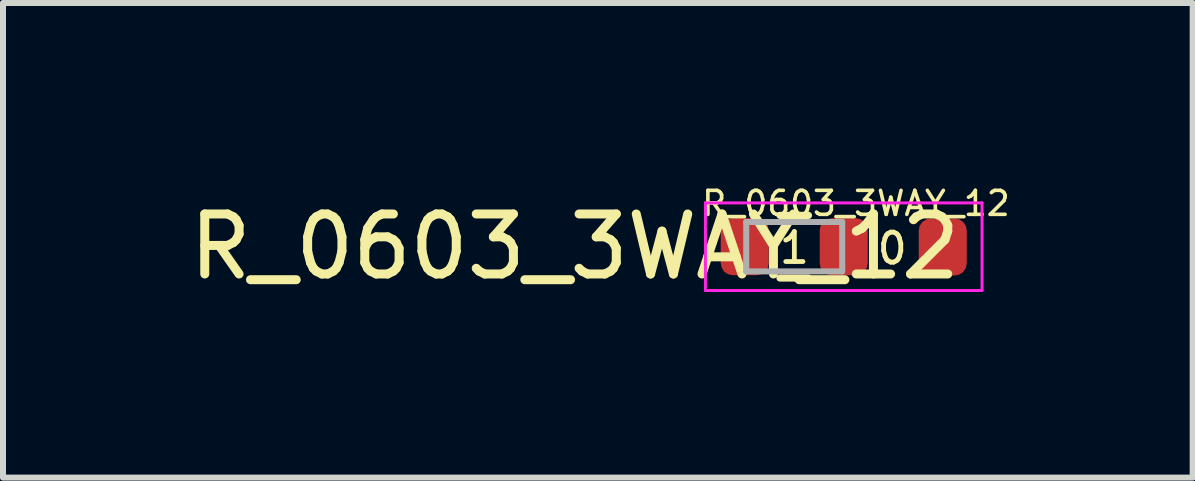
<source format=kicad_pcb>
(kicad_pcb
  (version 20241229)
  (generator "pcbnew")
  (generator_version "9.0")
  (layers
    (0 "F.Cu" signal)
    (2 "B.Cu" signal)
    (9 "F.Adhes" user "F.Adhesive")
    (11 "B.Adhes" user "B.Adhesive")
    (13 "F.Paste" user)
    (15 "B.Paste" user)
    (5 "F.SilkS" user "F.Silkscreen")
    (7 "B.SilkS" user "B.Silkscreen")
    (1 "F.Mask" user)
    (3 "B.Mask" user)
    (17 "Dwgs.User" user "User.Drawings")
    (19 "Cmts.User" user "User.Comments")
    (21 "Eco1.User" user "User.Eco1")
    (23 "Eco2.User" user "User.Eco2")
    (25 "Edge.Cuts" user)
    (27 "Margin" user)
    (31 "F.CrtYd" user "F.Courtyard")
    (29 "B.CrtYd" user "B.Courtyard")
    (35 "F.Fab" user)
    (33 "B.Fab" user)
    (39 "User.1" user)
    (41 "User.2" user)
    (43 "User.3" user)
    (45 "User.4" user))
  (footprint "R_0603_3WAY_12"
    (layer "F.Cu")
    (at 11.01 1.061)
    (property "Reference" "R_0603_3WAY_12" (at -4.481 0 0) (layer "F.SilkS") (effects (font (size 1 1) (thickness 0.15))))
    (attr smd)
    (fp_line (start -1.062 -0.522) (end -0.588 -0.522) (stroke (width 0.12) (type solid)) (layer "F.SilkS"))
    (fp_line (start -1.062 0.522) (end -0.588 0.522) (stroke (width 0.12) (type solid)) (layer "F.SilkS"))
    (fp_line (start -2.305 -0.73) (end 2.305 -0.73) (stroke (width 0.05) (type solid)) (layer "F.CrtYd"))
    (fp_line (start -2.305 0.73) (end -2.305 -0.73) (stroke (width 0.05) (type solid)) (layer "F.CrtYd"))
    (fp_line (start 2.305 -0.73) (end 2.305 0.73) (stroke (width 0.05) (type solid)) (layer "F.CrtYd"))
    (fp_line (start 2.305 0.73) (end -2.305 0.73) (stroke (width 0.05) (type solid)) (layer "F.CrtYd"))
    (fp_line (start -1.625 -0.412) (end -0.025 -0.412) (stroke (width 0.1) (type solid)) (layer "F.Fab"))
    (fp_line (start -1.625 0.412) (end -1.625 -0.412) (stroke (width 0.1) (type solid)) (layer "F.Fab"))
    (fp_line (start -0.025 0.411) (end -0.025 -0.414) (stroke (width 0.1) (type solid)) (layer "F.Fab"))
    (fp_line (start -0.025 0.412) (end -1.625 0.412) (stroke (width 0.1) (type solid)) (layer "F.Fab"))
    (fp_text user "1" (at -0.823 0.02 0) (layer "F.SilkS") (effects (font (size 0.5 0.5) (thickness 0.08))))
    (fp_text user "${REFERENCE}" (at 0.203 -0.721 0) (layer "F.SilkS") (effects (font (size 0.4 0.4) (thickness 0.06))))
    (fp_text user "0" (at 0.808 0.03 0) (layer "F.SilkS") (effects (font (size 0.5 0.5) (thickness 0.08))))
    (pad "1" smd roundrect (at -1.65 0) (size 0.8 0.95) (layers "F.Cu" "F.Mask" "F.Paste") (roundrect_rratio 0.25))
    (pad "2" smd roundrect (at 0 0) (size 0.8 0.95) (layers "F.Cu" "F.Mask" "F.Paste") (roundrect_rratio 0.25))
    (pad "3" smd roundrect (at 1.65 0.005) (size 0.8 0.95) (layers "F.Cu" "F.Mask" "F.Paste") (roundrect_rratio 0.25)))
  (gr_rect
    (start -3 -3)
    (end 16.825 4.909)
    (stroke (width 0.1) (type default))
    (fill no)
    (layer "Edge.Cuts")))
</source>
